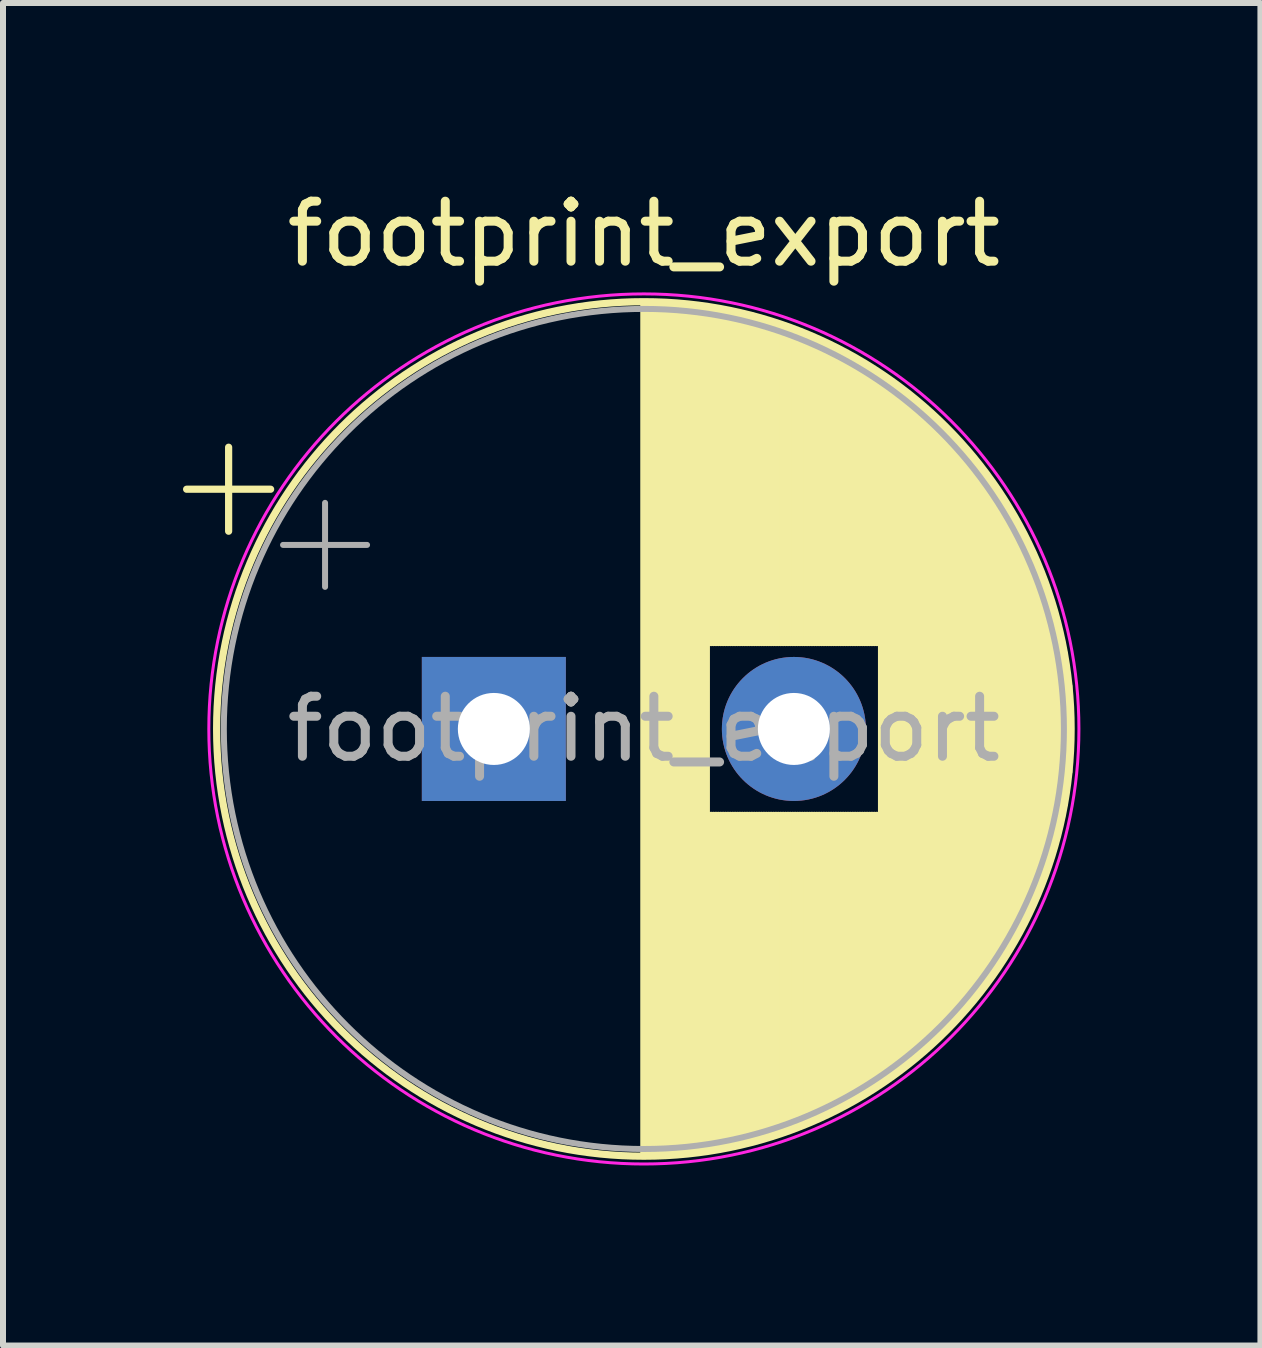
<source format=kicad_pcb>
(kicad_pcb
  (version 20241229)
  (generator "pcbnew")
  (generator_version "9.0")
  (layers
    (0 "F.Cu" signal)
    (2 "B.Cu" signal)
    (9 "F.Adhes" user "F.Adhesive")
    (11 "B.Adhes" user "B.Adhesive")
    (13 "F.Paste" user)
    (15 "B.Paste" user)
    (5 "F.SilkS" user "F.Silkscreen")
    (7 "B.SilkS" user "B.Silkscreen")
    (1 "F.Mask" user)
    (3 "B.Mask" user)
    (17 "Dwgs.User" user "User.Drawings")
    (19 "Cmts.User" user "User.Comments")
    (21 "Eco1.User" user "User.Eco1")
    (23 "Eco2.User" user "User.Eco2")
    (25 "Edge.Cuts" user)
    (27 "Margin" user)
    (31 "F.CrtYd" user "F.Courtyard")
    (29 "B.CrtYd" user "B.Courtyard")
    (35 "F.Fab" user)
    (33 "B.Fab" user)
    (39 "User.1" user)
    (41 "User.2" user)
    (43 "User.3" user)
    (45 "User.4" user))
  (footprint "footprint_export"
    (layer "F.Cu")
    (at 5.18 9.098)
    (property "Reference" "footprint_export" (at 2.5 -8.25 0) (layer "F.SilkS") (effects (font (size 1 1) (thickness 0.15))))
    (attr through_hole)
    (fp_line (start -5.12 -3.995) (end -3.72 -3.995) (stroke (width 0.12) (type solid)) (layer "F.SilkS"))
    (fp_line (start -4.42 -4.695) (end -4.42 -3.295) (stroke (width 0.12) (type solid)) (layer "F.SilkS"))
    (fp_line (start 2.5 -7.08) (end 2.5 7.08) (stroke (width 0.12) (type solid)) (layer "F.SilkS"))
    (fp_line (start 2.54 -7.08) (end 2.54 7.08) (stroke (width 0.12) (type solid)) (layer "F.SilkS"))
    (fp_line (start 2.58 -7.08) (end 2.58 7.08) (stroke (width 0.12) (type solid)) (layer "F.SilkS"))
    (fp_line (start 2.62 -7.079) (end 2.62 7.079) (stroke (width 0.12) (type solid)) (layer "F.SilkS"))
    (fp_line (start 2.66 -7.079) (end 2.66 7.079) (stroke (width 0.12) (type solid)) (layer "F.SilkS"))
    (fp_line (start 2.7 -7.078) (end 2.7 7.078) (stroke (width 0.12) (type solid)) (layer "F.SilkS"))
    (fp_line (start 2.74 -7.076) (end 2.74 7.076) (stroke (width 0.12) (type solid)) (layer "F.SilkS"))
    (fp_line (start 2.78 -7.075) (end 2.78 7.075) (stroke (width 0.12) (type solid)) (layer "F.SilkS"))
    (fp_line (start 2.82 -7.073) (end 2.82 7.073) (stroke (width 0.12) (type solid)) (layer "F.SilkS"))
    (fp_line (start 2.86 -7.071) (end 2.86 7.071) (stroke (width 0.12) (type solid)) (layer "F.SilkS"))
    (fp_line (start 2.9 -7.069) (end 2.9 7.069) (stroke (width 0.12) (type solid)) (layer "F.SilkS"))
    (fp_line (start 2.94 -7.067) (end 2.94 7.067) (stroke (width 0.12) (type solid)) (layer "F.SilkS"))
    (fp_line (start 2.98 -7.064) (end 2.98 7.064) (stroke (width 0.12) (type solid)) (layer "F.SilkS"))
    (fp_line (start 3.02 -7.061) (end 3.02 7.061) (stroke (width 0.12) (type solid)) (layer "F.SilkS"))
    (fp_line (start 3.06 -7.058) (end 3.06 7.058) (stroke (width 0.12) (type solid)) (layer "F.SilkS"))
    (fp_line (start 3.1 -7.055) (end 3.1 7.055) (stroke (width 0.12) (type solid)) (layer "F.SilkS"))
    (fp_line (start 3.14 -7.052) (end 3.14 7.052) (stroke (width 0.12) (type solid)) (layer "F.SilkS"))
    (fp_line (start 3.18 -7.048) (end 3.18 7.048) (stroke (width 0.12) (type solid)) (layer "F.SilkS"))
    (fp_line (start 3.221 -7.044) (end 3.221 7.044) (stroke (width 0.12) (type solid)) (layer "F.SilkS"))
    (fp_line (start 3.261 -7.04) (end 3.261 7.04) (stroke (width 0.12) (type solid)) (layer "F.SilkS"))
    (fp_line (start 3.301 -7.035) (end 3.301 7.035) (stroke (width 0.12) (type solid)) (layer "F.SilkS"))
    (fp_line (start 3.341 -7.031) (end 3.341 7.031) (stroke (width 0.12) (type solid)) (layer "F.SilkS"))
    (fp_line (start 3.381 -7.026) (end 3.381 7.026) (stroke (width 0.12) (type solid)) (layer "F.SilkS"))
    (fp_line (start 3.421 -7.021) (end 3.421 7.021) (stroke (width 0.12) (type solid)) (layer "F.SilkS"))
    (fp_line (start 3.461 -7.015) (end 3.461 7.015) (stroke (width 0.12) (type solid)) (layer "F.SilkS"))
    (fp_line (start 3.501 -7.01) (end 3.501 7.01) (stroke (width 0.12) (type solid)) (layer "F.SilkS"))
    (fp_line (start 3.541 -7.004) (end 3.541 7.004) (stroke (width 0.12) (type solid)) (layer "F.SilkS"))
    (fp_line (start 3.581 -6.998) (end 3.581 -1.44) (stroke (width 0.12) (type solid)) (layer "F.SilkS"))
    (fp_line (start 3.581 1.44) (end 3.581 6.998) (stroke (width 0.12) (type solid)) (layer "F.SilkS"))
    (fp_line (start 3.621 -6.992) (end 3.621 -1.44) (stroke (width 0.12) (type solid)) (layer "F.SilkS"))
    (fp_line (start 3.621 1.44) (end 3.621 6.992) (stroke (width 0.12) (type solid)) (layer "F.SilkS"))
    (fp_line (start 3.661 -6.985) (end 3.661 -1.44) (stroke (width 0.12) (type solid)) (layer "F.SilkS"))
    (fp_line (start 3.661 1.44) (end 3.661 6.985) (stroke (width 0.12) (type solid)) (layer "F.SilkS"))
    (fp_line (start 3.701 -6.979) (end 3.701 -1.44) (stroke (width 0.12) (type solid)) (layer "F.SilkS"))
    (fp_line (start 3.701 1.44) (end 3.701 6.979) (stroke (width 0.12) (type solid)) (layer "F.SilkS"))
    (fp_line (start 3.741 -6.972) (end 3.741 -1.44) (stroke (width 0.12) (type solid)) (layer "F.SilkS"))
    (fp_line (start 3.741 1.44) (end 3.741 6.972) (stroke (width 0.12) (type solid)) (layer "F.SilkS"))
    (fp_line (start 3.781 -6.964) (end 3.781 -1.44) (stroke (width 0.12) (type solid)) (layer "F.SilkS"))
    (fp_line (start 3.781 1.44) (end 3.781 6.964) (stroke (width 0.12) (type solid)) (layer "F.SilkS"))
    (fp_line (start 3.821 -6.957) (end 3.821 -1.44) (stroke (width 0.12) (type solid)) (layer "F.SilkS"))
    (fp_line (start 3.821 1.44) (end 3.821 6.957) (stroke (width 0.12) (type solid)) (layer "F.SilkS"))
    (fp_line (start 3.861 -6.949) (end 3.861 -1.44) (stroke (width 0.12) (type solid)) (layer "F.SilkS"))
    (fp_line (start 3.861 1.44) (end 3.861 6.949) (stroke (width 0.12) (type solid)) (layer "F.SilkS"))
    (fp_line (start 3.901 -6.942) (end 3.901 -1.44) (stroke (width 0.12) (type solid)) (layer "F.SilkS"))
    (fp_line (start 3.901 1.44) (end 3.901 6.942) (stroke (width 0.12) (type solid)) (layer "F.SilkS"))
    (fp_line (start 3.941 -6.933) (end 3.941 -1.44) (stroke (width 0.12) (type solid)) (layer "F.SilkS"))
    (fp_line (start 3.941 1.44) (end 3.941 6.933) (stroke (width 0.12) (type solid)) (layer "F.SilkS"))
    (fp_line (start 3.981 -6.925) (end 3.981 -1.44) (stroke (width 0.12) (type solid)) (layer "F.SilkS"))
    (fp_line (start 3.981 1.44) (end 3.981 6.925) (stroke (width 0.12) (type solid)) (layer "F.SilkS"))
    (fp_line (start 4.021 -6.916) (end 4.021 -1.44) (stroke (width 0.12) (type solid)) (layer "F.SilkS"))
    (fp_line (start 4.021 1.44) (end 4.021 6.916) (stroke (width 0.12) (type solid)) (layer "F.SilkS"))
    (fp_line (start 4.061 -6.907) (end 4.061 -1.44) (stroke (width 0.12) (type solid)) (layer "F.SilkS"))
    (fp_line (start 4.061 1.44) (end 4.061 6.907) (stroke (width 0.12) (type solid)) (layer "F.SilkS"))
    (fp_line (start 4.101 -6.898) (end 4.101 -1.44) (stroke (width 0.12) (type solid)) (layer "F.SilkS"))
    (fp_line (start 4.101 1.44) (end 4.101 6.898) (stroke (width 0.12) (type solid)) (layer "F.SilkS"))
    (fp_line (start 4.141 -6.889) (end 4.141 -1.44) (stroke (width 0.12) (type solid)) (layer "F.SilkS"))
    (fp_line (start 4.141 1.44) (end 4.141 6.889) (stroke (width 0.12) (type solid)) (layer "F.SilkS"))
    (fp_line (start 4.181 -6.879) (end 4.181 -1.44) (stroke (width 0.12) (type solid)) (layer "F.SilkS"))
    (fp_line (start 4.181 1.44) (end 4.181 6.879) (stroke (width 0.12) (type solid)) (layer "F.SilkS"))
    (fp_line (start 4.221 -6.87) (end 4.221 -1.44) (stroke (width 0.12) (type solid)) (layer "F.SilkS"))
    (fp_line (start 4.221 1.44) (end 4.221 6.87) (stroke (width 0.12) (type solid)) (layer "F.SilkS"))
    (fp_line (start 4.261 -6.86) (end 4.261 -1.44) (stroke (width 0.12) (type solid)) (layer "F.SilkS"))
    (fp_line (start 4.261 1.44) (end 4.261 6.86) (stroke (width 0.12) (type solid)) (layer "F.SilkS"))
    (fp_line (start 4.301 -6.849) (end 4.301 -1.44) (stroke (width 0.12) (type solid)) (layer "F.SilkS"))
    (fp_line (start 4.301 1.44) (end 4.301 6.849) (stroke (width 0.12) (type solid)) (layer "F.SilkS"))
    (fp_line (start 4.341 -6.839) (end 4.341 -1.44) (stroke (width 0.12) (type solid)) (layer "F.SilkS"))
    (fp_line (start 4.341 1.44) (end 4.341 6.839) (stroke (width 0.12) (type solid)) (layer "F.SilkS"))
    (fp_line (start 4.381 -6.828) (end 4.381 -1.44) (stroke (width 0.12) (type solid)) (layer "F.SilkS"))
    (fp_line (start 4.381 1.44) (end 4.381 6.828) (stroke (width 0.12) (type solid)) (layer "F.SilkS"))
    (fp_line (start 4.421 -6.817) (end 4.421 -1.44) (stroke (width 0.12) (type solid)) (layer "F.SilkS"))
    (fp_line (start 4.421 1.44) (end 4.421 6.817) (stroke (width 0.12) (type solid)) (layer "F.SilkS"))
    (fp_line (start 4.461 -6.805) (end 4.461 -1.44) (stroke (width 0.12) (type solid)) (layer "F.SilkS"))
    (fp_line (start 4.461 1.44) (end 4.461 6.805) (stroke (width 0.12) (type solid)) (layer "F.SilkS"))
    (fp_line (start 4.501 -6.794) (end 4.501 -1.44) (stroke (width 0.12) (type solid)) (layer "F.SilkS"))
    (fp_line (start 4.501 1.44) (end 4.501 6.794) (stroke (width 0.12) (type solid)) (layer "F.SilkS"))
    (fp_line (start 4.541 -6.782) (end 4.541 -1.44) (stroke (width 0.12) (type solid)) (layer "F.SilkS"))
    (fp_line (start 4.541 1.44) (end 4.541 6.782) (stroke (width 0.12) (type solid)) (layer "F.SilkS"))
    (fp_line (start 4.581 -6.77) (end 4.581 -1.44) (stroke (width 0.12) (type solid)) (layer "F.SilkS"))
    (fp_line (start 4.581 1.44) (end 4.581 6.77) (stroke (width 0.12) (type solid)) (layer "F.SilkS"))
    (fp_line (start 4.621 -6.758) (end 4.621 -1.44) (stroke (width 0.12) (type solid)) (layer "F.SilkS"))
    (fp_line (start 4.621 1.44) (end 4.621 6.758) (stroke (width 0.12) (type solid)) (layer "F.SilkS"))
    (fp_line (start 4.661 -6.745) (end 4.661 -1.44) (stroke (width 0.12) (type solid)) (layer "F.SilkS"))
    (fp_line (start 4.661 1.44) (end 4.661 6.745) (stroke (width 0.12) (type solid)) (layer "F.SilkS"))
    (fp_line (start 4.701 -6.732) (end 4.701 -1.44) (stroke (width 0.12) (type solid)) (layer "F.SilkS"))
    (fp_line (start 4.701 1.44) (end 4.701 6.732) (stroke (width 0.12) (type solid)) (layer "F.SilkS"))
    (fp_line (start 4.741 -6.719) (end 4.741 -1.44) (stroke (width 0.12) (type solid)) (layer "F.SilkS"))
    (fp_line (start 4.741 1.44) (end 4.741 6.719) (stroke (width 0.12) (type solid)) (layer "F.SilkS"))
    (fp_line (start 4.781 -6.706) (end 4.781 -1.44) (stroke (width 0.12) (type solid)) (layer "F.SilkS"))
    (fp_line (start 4.781 1.44) (end 4.781 6.706) (stroke (width 0.12) (type solid)) (layer "F.SilkS"))
    (fp_line (start 4.821 -6.692) (end 4.821 -1.44) (stroke (width 0.12) (type solid)) (layer "F.SilkS"))
    (fp_line (start 4.821 1.44) (end 4.821 6.692) (stroke (width 0.12) (type solid)) (layer "F.SilkS"))
    (fp_line (start 4.861 -6.678) (end 4.861 -1.44) (stroke (width 0.12) (type solid)) (layer "F.SilkS"))
    (fp_line (start 4.861 1.44) (end 4.861 6.678) (stroke (width 0.12) (type solid)) (layer "F.SilkS"))
    (fp_line (start 4.901 -6.664) (end 4.901 -1.44) (stroke (width 0.12) (type solid)) (layer "F.SilkS"))
    (fp_line (start 4.901 1.44) (end 4.901 6.664) (stroke (width 0.12) (type solid)) (layer "F.SilkS"))
    (fp_line (start 4.941 -6.649) (end 4.941 -1.44) (stroke (width 0.12) (type solid)) (layer "F.SilkS"))
    (fp_line (start 4.941 1.44) (end 4.941 6.649) (stroke (width 0.12) (type solid)) (layer "F.SilkS"))
    (fp_line (start 4.981 -6.635) (end 4.981 -1.44) (stroke (width 0.12) (type solid)) (layer "F.SilkS"))
    (fp_line (start 4.981 1.44) (end 4.981 6.635) (stroke (width 0.12) (type solid)) (layer "F.SilkS"))
    (fp_line (start 5.021 -6.62) (end 5.021 -1.44) (stroke (width 0.12) (type solid)) (layer "F.SilkS"))
    (fp_line (start 5.021 1.44) (end 5.021 6.62) (stroke (width 0.12) (type solid)) (layer "F.SilkS"))
    (fp_line (start 5.061 -6.604) (end 5.061 -1.44) (stroke (width 0.12) (type solid)) (layer "F.SilkS"))
    (fp_line (start 5.061 1.44) (end 5.061 6.604) (stroke (width 0.12) (type solid)) (layer "F.SilkS"))
    (fp_line (start 5.101 -6.589) (end 5.101 -1.44) (stroke (width 0.12) (type solid)) (layer "F.SilkS"))
    (fp_line (start 5.101 1.44) (end 5.101 6.589) (stroke (width 0.12) (type solid)) (layer "F.SilkS"))
    (fp_line (start 5.141 -6.573) (end 5.141 -1.44) (stroke (width 0.12) (type solid)) (layer "F.SilkS"))
    (fp_line (start 5.141 1.44) (end 5.141 6.573) (stroke (width 0.12) (type solid)) (layer "F.SilkS"))
    (fp_line (start 5.181 -6.557) (end 5.181 -1.44) (stroke (width 0.12) (type solid)) (layer "F.SilkS"))
    (fp_line (start 5.181 1.44) (end 5.181 6.557) (stroke (width 0.12) (type solid)) (layer "F.SilkS"))
    (fp_line (start 5.221 -6.54) (end 5.221 -1.44) (stroke (width 0.12) (type solid)) (layer "F.SilkS"))
    (fp_line (start 5.221 1.44) (end 5.221 6.54) (stroke (width 0.12) (type solid)) (layer "F.SilkS"))
    (fp_line (start 5.261 -6.524) (end 5.261 -1.44) (stroke (width 0.12) (type solid)) (layer "F.SilkS"))
    (fp_line (start 5.261 1.44) (end 5.261 6.524) (stroke (width 0.12) (type solid)) (layer "F.SilkS"))
    (fp_line (start 5.301 -6.507) (end 5.301 -1.44) (stroke (width 0.12) (type solid)) (layer "F.SilkS"))
    (fp_line (start 5.301 1.44) (end 5.301 6.507) (stroke (width 0.12) (type solid)) (layer "F.SilkS"))
    (fp_line (start 5.341 -6.49) (end 5.341 -1.44) (stroke (width 0.12) (type solid)) (layer "F.SilkS"))
    (fp_line (start 5.341 1.44) (end 5.341 6.49) (stroke (width 0.12) (type solid)) (layer "F.SilkS"))
    (fp_line (start 5.381 -6.472) (end 5.381 -1.44) (stroke (width 0.12) (type solid)) (layer "F.SilkS"))
    (fp_line (start 5.381 1.44) (end 5.381 6.472) (stroke (width 0.12) (type solid)) (layer "F.SilkS"))
    (fp_line (start 5.421 -6.454) (end 5.421 -1.44) (stroke (width 0.12) (type solid)) (layer "F.SilkS"))
    (fp_line (start 5.421 1.44) (end 5.421 6.454) (stroke (width 0.12) (type solid)) (layer "F.SilkS"))
    (fp_line (start 5.461 -6.436) (end 5.461 -1.44) (stroke (width 0.12) (type solid)) (layer "F.SilkS"))
    (fp_line (start 5.461 1.44) (end 5.461 6.436) (stroke (width 0.12) (type solid)) (layer "F.SilkS"))
    (fp_line (start 5.501 -6.418) (end 5.501 -1.44) (stroke (width 0.12) (type solid)) (layer "F.SilkS"))
    (fp_line (start 5.501 1.44) (end 5.501 6.418) (stroke (width 0.12) (type solid)) (layer "F.SilkS"))
    (fp_line (start 5.541 -6.399) (end 5.541 -1.44) (stroke (width 0.12) (type solid)) (layer "F.SilkS"))
    (fp_line (start 5.541 1.44) (end 5.541 6.399) (stroke (width 0.12) (type solid)) (layer "F.SilkS"))
    (fp_line (start 5.581 -6.38) (end 5.581 -1.44) (stroke (width 0.12) (type solid)) (layer "F.SilkS"))
    (fp_line (start 5.581 1.44) (end 5.581 6.38) (stroke (width 0.12) (type solid)) (layer "F.SilkS"))
    (fp_line (start 5.621 -6.36) (end 5.621 -1.44) (stroke (width 0.12) (type solid)) (layer "F.SilkS"))
    (fp_line (start 5.621 1.44) (end 5.621 6.36) (stroke (width 0.12) (type solid)) (layer "F.SilkS"))
    (fp_line (start 5.661 -6.341) (end 5.661 -1.44) (stroke (width 0.12) (type solid)) (layer "F.SilkS"))
    (fp_line (start 5.661 1.44) (end 5.661 6.341) (stroke (width 0.12) (type solid)) (layer "F.SilkS"))
    (fp_line (start 5.701 -6.321) (end 5.701 -1.44) (stroke (width 0.12) (type solid)) (layer "F.SilkS"))
    (fp_line (start 5.701 1.44) (end 5.701 6.321) (stroke (width 0.12) (type solid)) (layer "F.SilkS"))
    (fp_line (start 5.741 -6.301) (end 5.741 -1.44) (stroke (width 0.12) (type solid)) (layer "F.SilkS"))
    (fp_line (start 5.741 1.44) (end 5.741 6.301) (stroke (width 0.12) (type solid)) (layer "F.SilkS"))
    (fp_line (start 5.781 -6.28) (end 5.781 -1.44) (stroke (width 0.12) (type solid)) (layer "F.SilkS"))
    (fp_line (start 5.781 1.44) (end 5.781 6.28) (stroke (width 0.12) (type solid)) (layer "F.SilkS"))
    (fp_line (start 5.821 -6.259) (end 5.821 -1.44) (stroke (width 0.12) (type solid)) (layer "F.SilkS"))
    (fp_line (start 5.821 1.44) (end 5.821 6.259) (stroke (width 0.12) (type solid)) (layer "F.SilkS"))
    (fp_line (start 5.861 -6.238) (end 5.861 -1.44) (stroke (width 0.12) (type solid)) (layer "F.SilkS"))
    (fp_line (start 5.861 1.44) (end 5.861 6.238) (stroke (width 0.12) (type solid)) (layer "F.SilkS"))
    (fp_line (start 5.901 -6.216) (end 5.901 -1.44) (stroke (width 0.12) (type solid)) (layer "F.SilkS"))
    (fp_line (start 5.901 1.44) (end 5.901 6.216) (stroke (width 0.12) (type solid)) (layer "F.SilkS"))
    (fp_line (start 5.941 -6.194) (end 5.941 -1.44) (stroke (width 0.12) (type solid)) (layer "F.SilkS"))
    (fp_line (start 5.941 1.44) (end 5.941 6.194) (stroke (width 0.12) (type solid)) (layer "F.SilkS"))
    (fp_line (start 5.981 -6.172) (end 5.981 -1.44) (stroke (width 0.12) (type solid)) (layer "F.SilkS"))
    (fp_line (start 5.981 1.44) (end 5.981 6.172) (stroke (width 0.12) (type solid)) (layer "F.SilkS"))
    (fp_line (start 6.021 -6.15) (end 6.021 -1.44) (stroke (width 0.12) (type solid)) (layer "F.SilkS"))
    (fp_line (start 6.021 1.44) (end 6.021 6.15) (stroke (width 0.12) (type solid)) (layer "F.SilkS"))
    (fp_line (start 6.061 -6.127) (end 6.061 -1.44) (stroke (width 0.12) (type solid)) (layer "F.SilkS"))
    (fp_line (start 6.061 1.44) (end 6.061 6.127) (stroke (width 0.12) (type solid)) (layer "F.SilkS"))
    (fp_line (start 6.101 -6.103) (end 6.101 -1.44) (stroke (width 0.12) (type solid)) (layer "F.SilkS"))
    (fp_line (start 6.101 1.44) (end 6.101 6.103) (stroke (width 0.12) (type solid)) (layer "F.SilkS"))
    (fp_line (start 6.141 -6.08) (end 6.141 -1.44) (stroke (width 0.12) (type solid)) (layer "F.SilkS"))
    (fp_line (start 6.141 1.44) (end 6.141 6.08) (stroke (width 0.12) (type solid)) (layer "F.SilkS"))
    (fp_line (start 6.181 -6.056) (end 6.181 -1.44) (stroke (width 0.12) (type solid)) (layer "F.SilkS"))
    (fp_line (start 6.181 1.44) (end 6.181 6.056) (stroke (width 0.12) (type solid)) (layer "F.SilkS"))
    (fp_line (start 6.221 -6.031) (end 6.221 -1.44) (stroke (width 0.12) (type solid)) (layer "F.SilkS"))
    (fp_line (start 6.221 1.44) (end 6.221 6.031) (stroke (width 0.12) (type solid)) (layer "F.SilkS"))
    (fp_line (start 6.261 -6.007) (end 6.261 -1.44) (stroke (width 0.12) (type solid)) (layer "F.SilkS"))
    (fp_line (start 6.261 1.44) (end 6.261 6.007) (stroke (width 0.12) (type solid)) (layer "F.SilkS"))
    (fp_line (start 6.301 -5.982) (end 6.301 -1.44) (stroke (width 0.12) (type solid)) (layer "F.SilkS"))
    (fp_line (start 6.301 1.44) (end 6.301 5.982) (stroke (width 0.12) (type solid)) (layer "F.SilkS"))
    (fp_line (start 6.341 -5.956) (end 6.341 -1.44) (stroke (width 0.12) (type solid)) (layer "F.SilkS"))
    (fp_line (start 6.341 1.44) (end 6.341 5.956) (stroke (width 0.12) (type solid)) (layer "F.SilkS"))
    (fp_line (start 6.381 -5.93) (end 6.381 -1.44) (stroke (width 0.12) (type solid)) (layer "F.SilkS"))
    (fp_line (start 6.381 1.44) (end 6.381 5.93) (stroke (width 0.12) (type solid)) (layer "F.SilkS"))
    (fp_line (start 6.421 -5.904) (end 6.421 -1.44) (stroke (width 0.12) (type solid)) (layer "F.SilkS"))
    (fp_line (start 6.421 1.44) (end 6.421 5.904) (stroke (width 0.12) (type solid)) (layer "F.SilkS"))
    (fp_line (start 6.461 -5.878) (end 6.461 5.878) (stroke (width 0.12) (type solid)) (layer "F.SilkS"))
    (fp_line (start 6.501 -5.851) (end 6.501 5.851) (stroke (width 0.12) (type solid)) (layer "F.SilkS"))
    (fp_line (start 6.541 -5.823) (end 6.541 5.823) (stroke (width 0.12) (type solid)) (layer "F.SilkS"))
    (fp_line (start 6.581 -5.796) (end 6.581 5.796) (stroke (width 0.12) (type solid)) (layer "F.SilkS"))
    (fp_line (start 6.621 -5.767) (end 6.621 5.767) (stroke (width 0.12) (type solid)) (layer "F.SilkS"))
    (fp_line (start 6.661 -5.739) (end 6.661 5.739) (stroke (width 0.12) (type solid)) (layer "F.SilkS"))
    (fp_line (start 6.701 -5.71) (end 6.701 5.71) (stroke (width 0.12) (type solid)) (layer "F.SilkS"))
    (fp_line (start 6.741 -5.68) (end 6.741 5.68) (stroke (width 0.12) (type solid)) (layer "F.SilkS"))
    (fp_line (start 6.781 -5.65) (end 6.781 5.65) (stroke (width 0.12) (type solid)) (layer "F.SilkS"))
    (fp_line (start 6.821 -5.62) (end 6.821 5.62) (stroke (width 0.12) (type solid)) (layer "F.SilkS"))
    (fp_line (start 6.861 -5.589) (end 6.861 5.589) (stroke (width 0.12) (type solid)) (layer "F.SilkS"))
    (fp_line (start 6.901 -5.558) (end 6.901 5.558) (stroke (width 0.12) (type solid)) (layer "F.SilkS"))
    (fp_line (start 6.941 -5.527) (end 6.941 5.527) (stroke (width 0.12) (type solid)) (layer "F.SilkS"))
    (fp_line (start 6.981 -5.494) (end 6.981 5.494) (stroke (width 0.12) (type solid)) (layer "F.SilkS"))
    (fp_line (start 7.021 -5.462) (end 7.021 5.462) (stroke (width 0.12) (type solid)) (layer "F.SilkS"))
    (fp_line (start 7.061 -5.429) (end 7.061 5.429) (stroke (width 0.12) (type solid)) (layer "F.SilkS"))
    (fp_line (start 7.101 -5.395) (end 7.101 5.395) (stroke (width 0.12) (type solid)) (layer "F.SilkS"))
    (fp_line (start 7.141 -5.361) (end 7.141 5.361) (stroke (width 0.12) (type solid)) (layer "F.SilkS"))
    (fp_line (start 7.181 -5.326) (end 7.181 5.326) (stroke (width 0.12) (type solid)) (layer "F.SilkS"))
    (fp_line (start 7.221 -5.291) (end 7.221 5.291) (stroke (width 0.12) (type solid)) (layer "F.SilkS"))
    (fp_line (start 7.261 -5.255) (end 7.261 5.255) (stroke (width 0.12) (type solid)) (layer "F.SilkS"))
    (fp_line (start 7.301 -5.219) (end 7.301 5.219) (stroke (width 0.12) (type solid)) (layer "F.SilkS"))
    (fp_line (start 7.341 -5.182) (end 7.341 5.182) (stroke (width 0.12) (type solid)) (layer "F.SilkS"))
    (fp_line (start 7.381 -5.145) (end 7.381 5.145) (stroke (width 0.12) (type solid)) (layer "F.SilkS"))
    (fp_line (start 7.421 -5.107) (end 7.421 5.107) (stroke (width 0.12) (type solid)) (layer "F.SilkS"))
    (fp_line (start 7.461 -5.069) (end 7.461 5.069) (stroke (width 0.12) (type solid)) (layer "F.SilkS"))
    (fp_line (start 7.501 -5.029) (end 7.501 5.029) (stroke (width 0.12) (type solid)) (layer "F.SilkS"))
    (fp_line (start 7.541 -4.99) (end 7.541 4.99) (stroke (width 0.12) (type solid)) (layer "F.SilkS"))
    (fp_line (start 7.581 -4.949) (end 7.581 4.949) (stroke (width 0.12) (type solid)) (layer "F.SilkS"))
    (fp_line (start 7.621 -4.908) (end 7.621 4.908) (stroke (width 0.12) (type solid)) (layer "F.SilkS"))
    (fp_line (start 7.661 -4.866) (end 7.661 4.866) (stroke (width 0.12) (type solid)) (layer "F.SilkS"))
    (fp_line (start 7.701 -4.824) (end 7.701 4.824) (stroke (width 0.12) (type solid)) (layer "F.SilkS"))
    (fp_line (start 7.741 -4.781) (end 7.741 4.781) (stroke (width 0.12) (type solid)) (layer "F.SilkS"))
    (fp_line (start 7.781 -4.737) (end 7.781 4.737) (stroke (width 0.12) (type solid)) (layer "F.SilkS"))
    (fp_line (start 7.821 -4.693) (end 7.821 4.693) (stroke (width 0.12) (type solid)) (layer "F.SilkS"))
    (fp_line (start 7.861 -4.647) (end 7.861 4.647) (stroke (width 0.12) (type solid)) (layer "F.SilkS"))
    (fp_line (start 7.901 -4.601) (end 7.901 4.601) (stroke (width 0.12) (type solid)) (layer "F.SilkS"))
    (fp_line (start 7.941 -4.554) (end 7.941 4.554) (stroke (width 0.12) (type solid)) (layer "F.SilkS"))
    (fp_line (start 7.981 -4.506) (end 7.981 4.506) (stroke (width 0.12) (type solid)) (layer "F.SilkS"))
    (fp_line (start 8.021 -4.458) (end 8.021 4.458) (stroke (width 0.12) (type solid)) (layer "F.SilkS"))
    (fp_line (start 8.061 -4.408) (end 8.061 4.408) (stroke (width 0.12) (type solid)) (layer "F.SilkS"))
    (fp_line (start 8.101 -4.358) (end 8.101 4.358) (stroke (width 0.12) (type solid)) (layer "F.SilkS"))
    (fp_line (start 8.141 -4.306) (end 8.141 4.306) (stroke (width 0.12) (type solid)) (layer "F.SilkS"))
    (fp_line (start 8.181 -4.254) (end 8.181 4.254) (stroke (width 0.12) (type solid)) (layer "F.SilkS"))
    (fp_line (start 8.221 -4.2) (end 8.221 4.2) (stroke (width 0.12) (type solid)) (layer "F.SilkS"))
    (fp_line (start 8.261 -4.146) (end 8.261 4.146) (stroke (width 0.12) (type solid)) (layer "F.SilkS"))
    (fp_line (start 8.301 -4.09) (end 8.301 4.09) (stroke (width 0.12) (type solid)) (layer "F.SilkS"))
    (fp_line (start 8.341 -4.033) (end 8.341 4.033) (stroke (width 0.12) (type solid)) (layer "F.SilkS"))
    (fp_line (start 8.381 -3.975) (end 8.381 3.975) (stroke (width 0.12) (type solid)) (layer "F.SilkS"))
    (fp_line (start 8.421 -3.916) (end 8.421 3.916) (stroke (width 0.12) (type solid)) (layer "F.SilkS"))
    (fp_line (start 8.461 -3.856) (end 8.461 3.856) (stroke (width 0.12) (type solid)) (layer "F.SilkS"))
    (fp_line (start 8.501 -3.794) (end 8.501 3.794) (stroke (width 0.12) (type solid)) (layer "F.SilkS"))
    (fp_line (start 8.541 -3.73) (end 8.541 3.73) (stroke (width 0.12) (type solid)) (layer "F.SilkS"))
    (fp_line (start 8.581 -3.666) (end 8.581 3.666) (stroke (width 0.12) (type solid)) (layer "F.SilkS"))
    (fp_line (start 8.621 -3.599) (end 8.621 3.599) (stroke (width 0.12) (type solid)) (layer "F.SilkS"))
    (fp_line (start 8.661 -3.531) (end 8.661 3.531) (stroke (width 0.12) (type solid)) (layer "F.SilkS"))
    (fp_line (start 8.701 -3.461) (end 8.701 3.461) (stroke (width 0.12) (type solid)) (layer "F.SilkS"))
    (fp_line (start 8.741 -3.389) (end 8.741 3.389) (stroke (width 0.12) (type solid)) (layer "F.SilkS"))
    (fp_line (start 8.781 -3.315) (end 8.781 3.315) (stroke (width 0.12) (type solid)) (layer "F.SilkS"))
    (fp_line (start 8.821 -3.24) (end 8.821 3.24) (stroke (width 0.12) (type solid)) (layer "F.SilkS"))
    (fp_line (start 8.861 -3.161) (end 8.861 3.161) (stroke (width 0.12) (type solid)) (layer "F.SilkS"))
    (fp_line (start 8.901 -3.08) (end 8.901 3.08) (stroke (width 0.12) (type solid)) (layer "F.SilkS"))
    (fp_line (start 8.941 -2.997) (end 8.941 2.997) (stroke (width 0.12) (type solid)) (layer "F.SilkS"))
    (fp_line (start 8.981 -2.911) (end 8.981 2.911) (stroke (width 0.12) (type solid)) (layer "F.SilkS"))
    (fp_line (start 9.021 -2.821) (end 9.021 2.821) (stroke (width 0.12) (type solid)) (layer "F.SilkS"))
    (fp_line (start 9.061 -2.728) (end 9.061 2.728) (stroke (width 0.12) (type solid)) (layer "F.SilkS"))
    (fp_line (start 9.101 -2.632) (end 9.101 2.632) (stroke (width 0.12) (type solid)) (layer "F.SilkS"))
    (fp_line (start 9.141 -2.53) (end 9.141 2.53) (stroke (width 0.12) (type solid)) (layer "F.SilkS"))
    (fp_line (start 9.181 -2.425) (end 9.181 2.425) (stroke (width 0.12) (type solid)) (layer "F.SilkS"))
    (fp_line (start 9.221 -2.313) (end 9.221 2.313) (stroke (width 0.12) (type solid)) (layer "F.SilkS"))
    (fp_line (start 9.261 -2.196) (end 9.261 2.196) (stroke (width 0.12) (type solid)) (layer "F.SilkS"))
    (fp_line (start 9.301 -2.071) (end 9.301 2.071) (stroke (width 0.12) (type solid)) (layer "F.SilkS"))
    (fp_line (start 9.341 -1.938) (end 9.341 1.938) (stroke (width 0.12) (type solid)) (layer "F.SilkS"))
    (fp_line (start 9.381 -1.794) (end 9.381 1.794) (stroke (width 0.12) (type solid)) (layer "F.SilkS"))
    (fp_line (start 9.421 -1.636) (end 9.421 1.636) (stroke (width 0.12) (type solid)) (layer "F.SilkS"))
    (fp_line (start 9.461 -1.461) (end 9.461 1.461) (stroke (width 0.12) (type solid)) (layer "F.SilkS"))
    (fp_line (start 9.501 -1.262) (end 9.501 1.262) (stroke (width 0.12) (type solid)) (layer "F.SilkS"))
    (fp_line (start 9.541 -1.025) (end 9.541 1.025) (stroke (width 0.12) (type solid)) (layer "F.SilkS"))
    (fp_line (start 9.581 -0.714) (end 9.581 0.714) (stroke (width 0.12) (type solid)) (layer "F.SilkS"))
    (fp_circle (center 2.5 0) (end 9.62 0) (stroke (width 0.12) (type solid)) (fill no) (layer "F.SilkS"))
    (fp_circle (center 2.5 0) (end 9.75 0) (stroke (width 0.05) (type solid)) (fill no) (layer "F.CrtYd"))
    (fp_line (start -3.513 -3.067) (end -2.113 -3.067) (stroke (width 0.1) (type solid)) (layer "F.Fab"))
    (fp_line (start -2.813 -3.768) (end -2.813 -2.368) (stroke (width 0.1) (type solid)) (layer "F.Fab"))
    (fp_circle (center 2.5 0) (end 9.5 0) (stroke (width 0.1) (type solid)) (fill no) (layer "F.Fab"))
    (fp_text user "${REFERENCE}" (at 2.5 0 0) (layer "F.Fab") (effects (font (size 1 1) (thickness 0.15))))
    (pad "1" thru_hole rect (at 0 0) (size 2.4 2.4) (drill 1.2) (layers "*.Cu" "*.Mask"))
    (pad "2" thru_hole circle (at 5 0) (size 2.4 2.4) (drill 1.2) (layers "*.Cu" "*.Mask")))
  (gr_rect
    (start -3 -3)
    (end 17.955 19.373)
    (stroke (width 0.1) (type default))
    (fill no)
    (layer "Edge.Cuts")))
</source>
